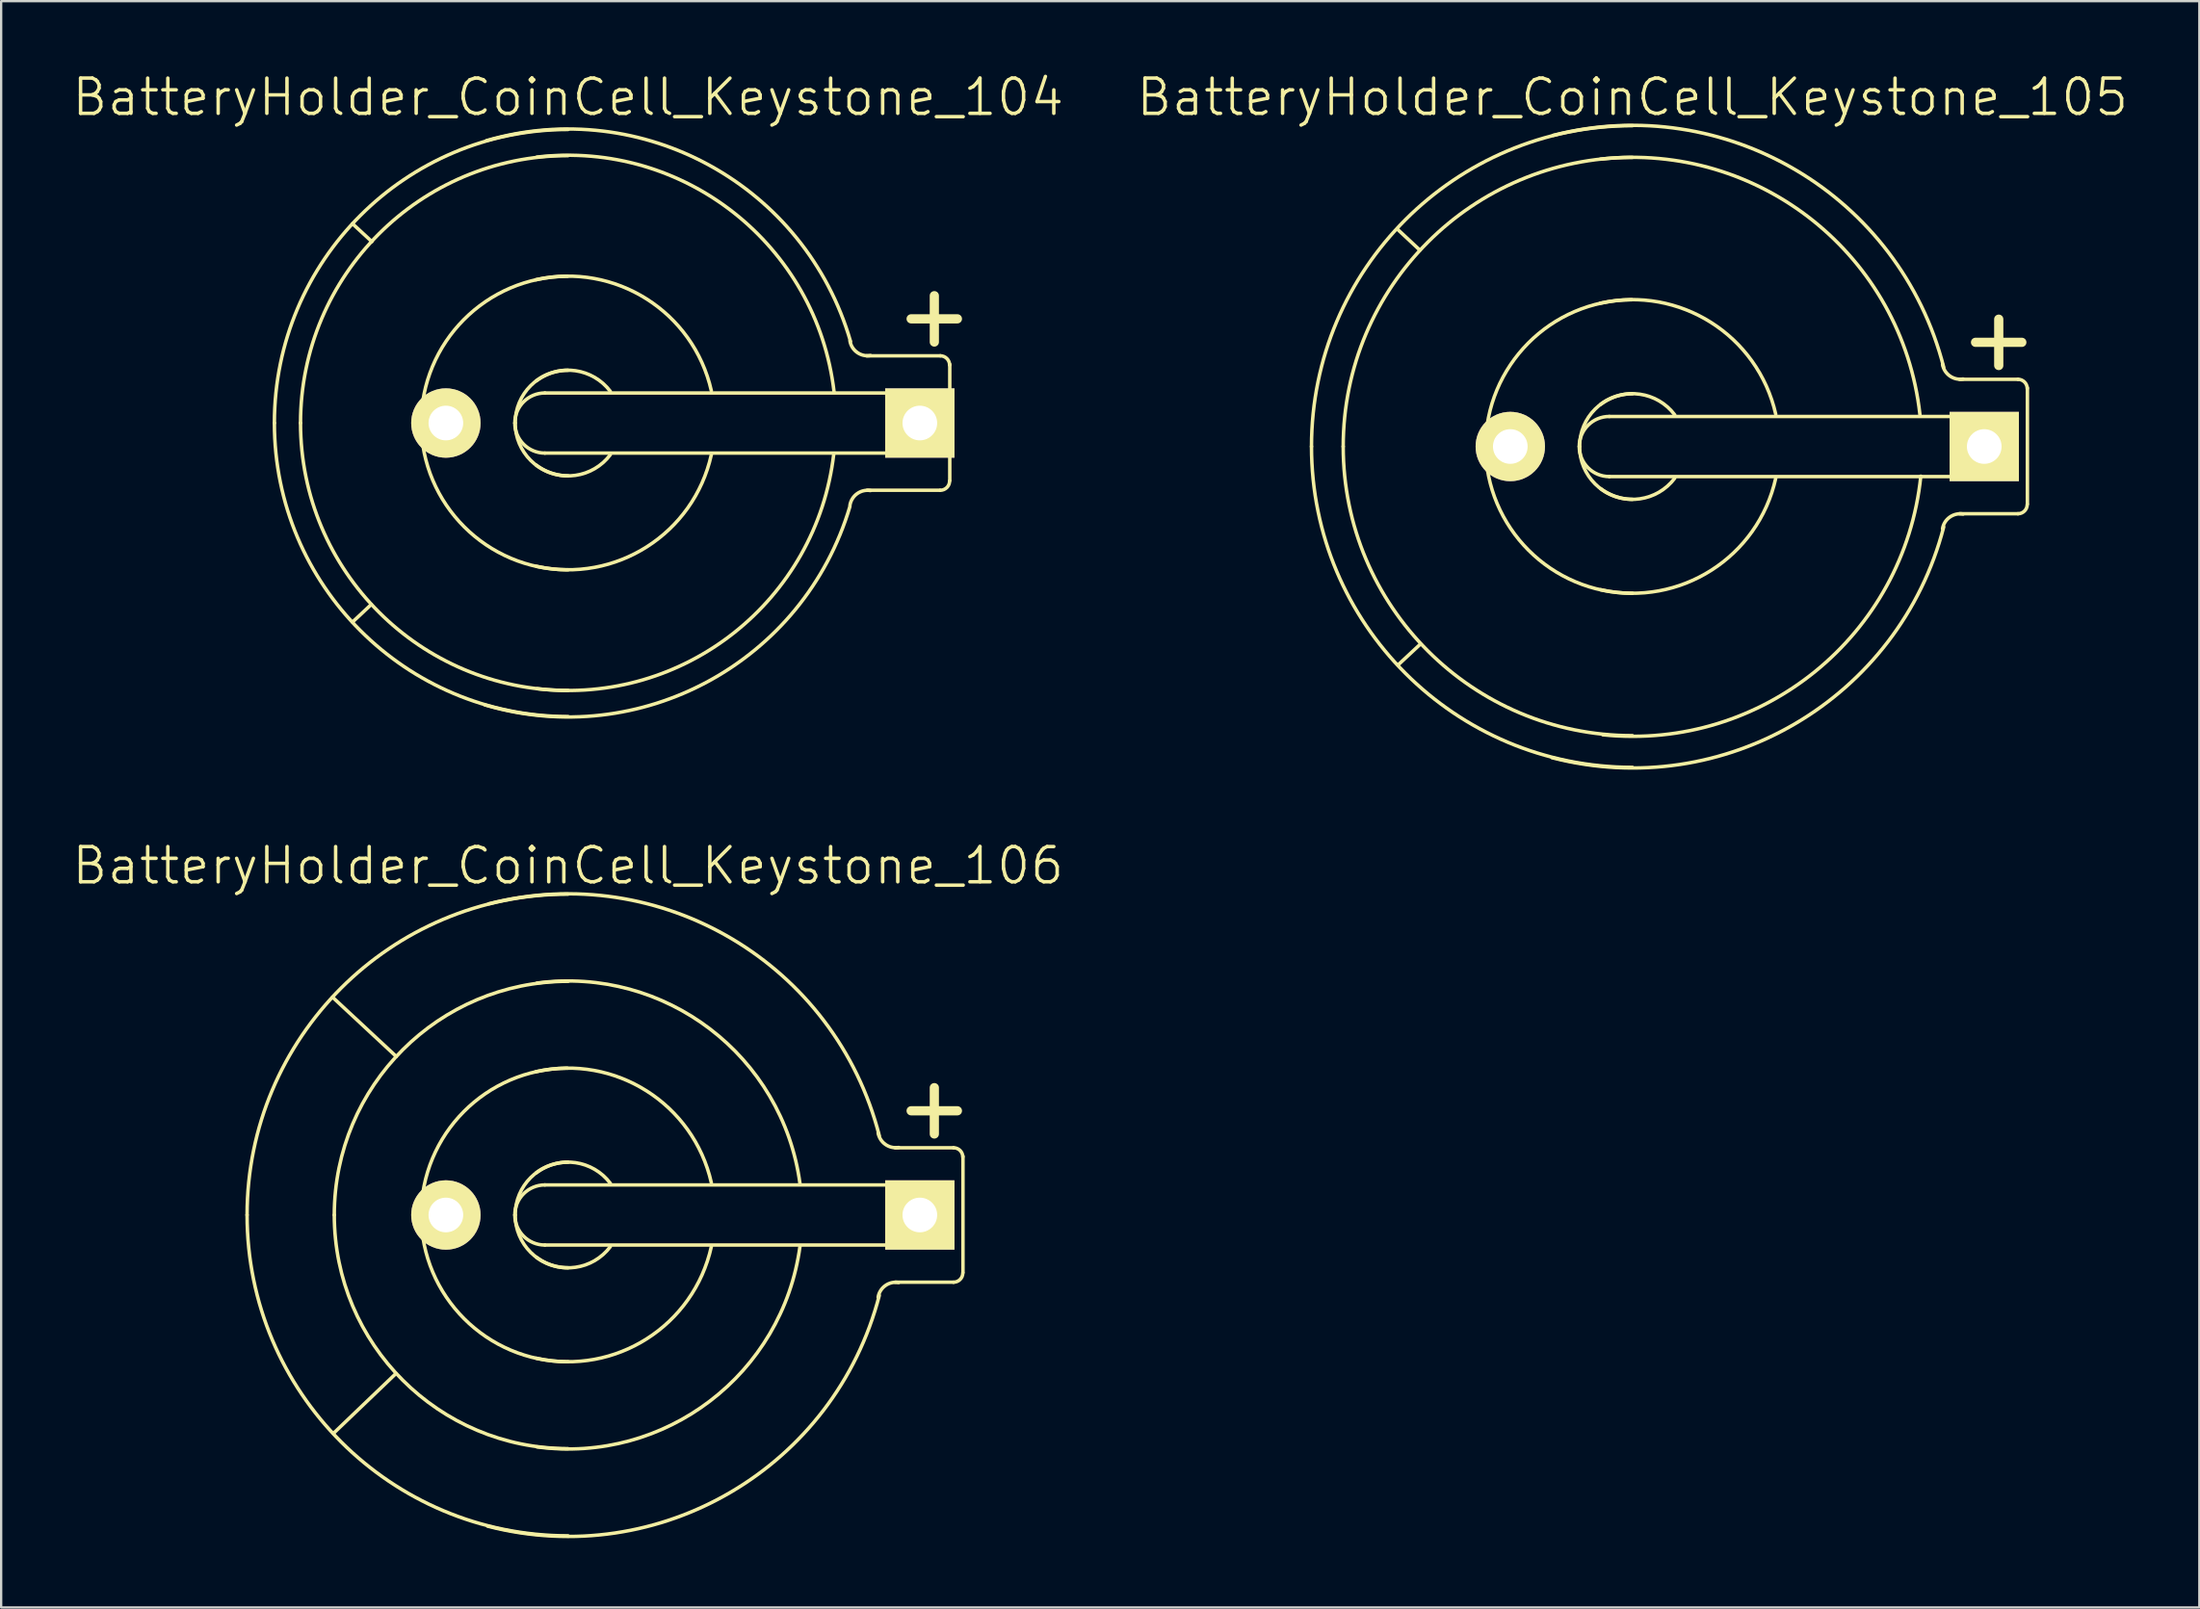
<source format=kicad_pcb>
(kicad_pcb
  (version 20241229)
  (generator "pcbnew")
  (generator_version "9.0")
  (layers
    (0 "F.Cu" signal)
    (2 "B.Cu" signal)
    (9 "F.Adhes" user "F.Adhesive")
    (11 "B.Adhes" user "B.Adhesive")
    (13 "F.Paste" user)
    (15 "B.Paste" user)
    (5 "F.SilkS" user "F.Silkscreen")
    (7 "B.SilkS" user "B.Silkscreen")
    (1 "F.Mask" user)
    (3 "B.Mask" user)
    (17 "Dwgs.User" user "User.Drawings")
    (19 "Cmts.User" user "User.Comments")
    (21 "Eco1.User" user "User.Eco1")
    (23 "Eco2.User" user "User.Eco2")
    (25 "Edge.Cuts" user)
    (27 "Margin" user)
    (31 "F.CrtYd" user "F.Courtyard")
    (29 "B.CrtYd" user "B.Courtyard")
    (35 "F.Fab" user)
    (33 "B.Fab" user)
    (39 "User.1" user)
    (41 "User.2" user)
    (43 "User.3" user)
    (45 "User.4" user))
  (footprint "BatteryHolder_CoinCell_Keystone_105"
    (layer "F.Cu")
    (at 67.552 16.268)
    (property "Reference" "BatteryHolder_CoinCell_Keystone_105" (at 0 -15.113 0) (layer "F.SilkS") (effects (font (size 1.524 1.524) (thickness 0.15))))
    (attr through_hole)
    (fp_line (start -9.195 -8.496) (end -10.16 -9.398) (stroke (width 0.15) (type solid)) (layer "F.SilkS"))
    (fp_line (start -9.169 8.547) (end -10.135 9.449) (stroke (width 0.15) (type solid)) (layer "F.SilkS"))
    (fp_line (start -1.001 -1.3) (end 15.199 -1.3) (stroke (width 0.15) (type solid)) (layer "F.SilkS"))
    (fp_line (start 14.839 -4.508) (end 16.84 -4.508) (stroke (width 0.399) (type solid)) (layer "F.SilkS"))
    (fp_line (start 15.199 1.3) (end -1.001 1.3) (stroke (width 0.15) (type solid)) (layer "F.SilkS"))
    (fp_line (start 15.207 -1.3) (end 15.207 1.3) (stroke (width 0.15) (type solid)) (layer "F.SilkS"))
    (fp_line (start 15.842 -3.505) (end 15.842 -5.509) (stroke (width 0.399) (type solid)) (layer "F.SilkS"))
    (fp_line (start 16.675 -2.908) (end 14.148 -2.908) (stroke (width 0.15) (type solid)) (layer "F.SilkS"))
    (fp_line (start 16.675 2.908) (end 14.148 2.908) (stroke (width 0.15) (type solid)) (layer "F.SilkS"))
    (fp_line (start 17.081 -2.54) (end 17.081 2.489) (stroke (width 0.15) (type solid)) (layer "F.SilkS"))
    (fp_arc (start -13.8811 0) (mid -9.81542 -9.81542) (end 0 -13.8811) (stroke (width 0.15) (type solid)) (layer "F.SilkS"))
    (fp_arc (start -12.5095 0) (mid -8.845552 -8.845552) (end 0 -12.5095) (stroke (width 0.15) (type solid)) (layer "F.SilkS"))
    (fp_arc (start -6.35 0.0254) (mid -4.508089 -4.472168) (end -0.0254 -6.35) (stroke (width 0.15) (type solid)) (layer "F.SilkS"))
    (fp_arc (start -3.429 -13.462) (mid 7.094402 -11.943741) (end 13.462 -3.429) (stroke (width 0.15) (type solid)) (layer "F.SilkS"))
    (fp_arc (start -2.30124 0) (mid -1.920338 -0.919578) (end -1.00076 -1.30048) (stroke (width 0.15) (type solid)) (layer "F.SilkS"))
    (fp_arc (start -2.286 0) (mid -1.616446 -1.616446) (end 0 -2.286) (stroke (width 0.15) (type solid)) (layer "F.SilkS"))
    (fp_arc (start -1.397 -6.1976) (mid 3.394537 -5.370193) (end 6.1976 -1.397) (stroke (width 0.15) (type solid)) (layer "F.SilkS"))
    (fp_arc (start -1.3843 -12.4333) (mid 7.812823 -9.770519) (end 12.4333 -1.3843) (stroke (width 0.15) (type solid)) (layer "F.SilkS"))
    (fp_arc (start -1.3716 -1.8288) (mid 0.323289 -2.263025) (end 1.8288 -1.3716) (stroke (width 0.15) (type solid)) (layer "F.SilkS"))
    (fp_arc (start -1.00076 1.30048) (mid -1.920338 0.919578) (end -2.30124 0) (stroke (width 0.15) (type solid)) (layer "F.SilkS"))
    (fp_arc (start 0 2.286) (mid -1.616446 1.616446) (end -2.286 0) (stroke (width 0.15) (type solid)) (layer "F.SilkS"))
    (fp_arc (start 0 6.35) (mid -4.490128 4.490128) (end -6.35 0) (stroke (width 0.15) (type solid)) (layer "F.SilkS"))
    (fp_arc (start 0 12.5095) (mid -8.845552 8.845552) (end -12.5095 0) (stroke (width 0.15) (type solid)) (layer "F.SilkS"))
    (fp_arc (start 0 13.8811) (mid -9.81542 9.81542) (end -13.8811 0) (stroke (width 0.15) (type solid)) (layer "F.SilkS"))
    (fp_arc (start 1.8288 1.3716) (mid 0.323289 2.263025) (end -1.3716 1.8288) (stroke (width 0.15) (type solid)) (layer "F.SilkS"))
    (fp_arc (start 6.1976 1.3716) (mid 3.412497 5.352233) (end -1.3716 6.1976) (stroke (width 0.15) (type solid)) (layer "F.SilkS"))
    (fp_arc (start 12.4714 1.2827) (mid 7.911606 9.725617) (end -1.2827 12.4714) (stroke (width 0.15) (type solid)) (layer "F.SilkS"))
    (fp_arc (start 13.4112 3.556) (mid 13.724187 3.054382) (end 14.3002 2.921) (stroke (width 0.15) (type solid)) (layer "F.SilkS"))
    (fp_arc (start 13.462 3.4798) (mid 7.058481 11.979662) (end -3.4798 13.462) (stroke (width 0.15) (type solid)) (layer "F.SilkS"))
    (fp_arc (start 14.3002 -2.921) (mid 13.724187 -3.054382) (end 13.4112 -3.556) (stroke (width 0.15) (type solid)) (layer "F.SilkS"))
    (fp_arc (start 16.67256 -2.9083) (mid 16.956336 -2.790756) (end 17.07388 -2.50698) (stroke (width 0.15) (type solid)) (layer "F.SilkS"))
    (fp_arc (start 17.07388 2.50698) (mid 16.956336 2.790756) (end 16.67256 2.9083) (stroke (width 0.15) (type solid)) (layer "F.SilkS"))
    (pad "1" thru_hole rect (at 15.215 0) (size 2.997 2.997) (drill 1.499) (layers "*.Cu" "*.Mask" "F.SilkS"))
    (pad "2" thru_hole circle (at -5.283 0) (size 3 3) (drill 1.499) (layers "*.Cu" "*.Mask" "F.SilkS")))
  (footprint "BatteryHolder_CoinCell_Keystone_106"
    (layer "F.Cu")
    (at 21.517 49.515)
    (property "Reference" "BatteryHolder_CoinCell_Keystone_106" (at 0 -15.113 0) (layer "F.SilkS") (effects (font (size 1.524 1.524) (thickness 0.15))))
    (attr through_hole)
    (fp_line (start -7.442 6.858) (end -10.147 9.449) (stroke (width 0.15) (type solid)) (layer "F.SilkS"))
    (fp_line (start -7.429 -6.858) (end -10.185 -9.423) (stroke (width 0.15) (type solid)) (layer "F.SilkS"))
    (fp_line (start -1.001 -1.3) (end 15.199 -1.3) (stroke (width 0.15) (type solid)) (layer "F.SilkS"))
    (fp_line (start 14.839 -4.508) (end 16.84 -4.508) (stroke (width 0.399) (type solid)) (layer "F.SilkS"))
    (fp_line (start 15.199 1.3) (end -1.001 1.3) (stroke (width 0.15) (type solid)) (layer "F.SilkS"))
    (fp_line (start 15.207 -1.3) (end 15.207 1.3) (stroke (width 0.15) (type solid)) (layer "F.SilkS"))
    (fp_line (start 15.842 -3.505) (end 15.842 -5.509) (stroke (width 0.399) (type solid)) (layer "F.SilkS"))
    (fp_line (start 16.675 -2.908) (end 14.148 -2.908) (stroke (width 0.15) (type solid)) (layer "F.SilkS"))
    (fp_line (start 16.675 2.908) (end 14.148 2.908) (stroke (width 0.15) (type solid)) (layer "F.SilkS"))
    (fp_line (start 17.081 -2.54) (end 17.081 2.489) (stroke (width 0.15) (type solid)) (layer "F.SilkS"))
    (fp_arc (start -13.8811 0) (mid -9.81542 -9.81542) (end 0 -13.8811) (stroke (width 0.15) (type solid)) (layer "F.SilkS"))
    (fp_arc (start -10.1092 0) (mid -7.148284 -7.148284) (end 0 -10.1092) (stroke (width 0.15) (type solid)) (layer "F.SilkS"))
    (fp_arc (start -6.35 0.0254) (mid -4.508089 -4.472168) (end -0.0254 -6.35) (stroke (width 0.15) (type solid)) (layer "F.SilkS"))
    (fp_arc (start -3.429 -13.462) (mid 7.094402 -11.943741) (end 13.462 -3.429) (stroke (width 0.15) (type solid)) (layer "F.SilkS"))
    (fp_arc (start -2.30124 0) (mid -1.920338 -0.919578) (end -1.00076 -1.30048) (stroke (width 0.15) (type solid)) (layer "F.SilkS"))
    (fp_arc (start -2.286 0) (mid -1.616446 -1.616446) (end 0 -2.286) (stroke (width 0.15) (type solid)) (layer "F.SilkS"))
    (fp_arc (start -1.397 -6.1976) (mid 3.394537 -5.370193) (end 6.1976 -1.397) (stroke (width 0.15) (type solid)) (layer "F.SilkS"))
    (fp_arc (start -1.3716 -1.8288) (mid 0.323289 -2.263025) (end 1.8288 -1.3716) (stroke (width 0.15) (type solid)) (layer "F.SilkS"))
    (fp_arc (start -1.3462 -10.033) (mid 6.142495 -8.046309) (end 10.033 -1.3462) (stroke (width 0.15) (type solid)) (layer "F.SilkS"))
    (fp_arc (start -1.00076 1.30048) (mid -1.920338 0.919578) (end -2.30124 0) (stroke (width 0.15) (type solid)) (layer "F.SilkS"))
    (fp_arc (start 0 2.286) (mid -1.616446 1.616446) (end -2.286 0) (stroke (width 0.15) (type solid)) (layer "F.SilkS"))
    (fp_arc (start 0 6.35) (mid -4.490128 4.490128) (end -6.35 0) (stroke (width 0.15) (type solid)) (layer "F.SilkS"))
    (fp_arc (start 0 10.1092) (mid -7.148284 7.148284) (end -10.1092 0) (stroke (width 0.15) (type solid)) (layer "F.SilkS"))
    (fp_arc (start 0 13.8811) (mid -9.81542 9.81542) (end -13.8811 0) (stroke (width 0.15) (type solid)) (layer "F.SilkS"))
    (fp_arc (start 1.8288 1.3716) (mid 0.323289 2.263025) (end -1.3716 1.8288) (stroke (width 0.15) (type solid)) (layer "F.SilkS"))
    (fp_arc (start 6.1976 1.3716) (mid 3.412497 5.352233) (end -1.3716 6.1976) (stroke (width 0.15) (type solid)) (layer "F.SilkS"))
    (fp_arc (start 10.033 1.3462) (mid 6.142495 8.046309) (end -1.3462 10.033) (stroke (width 0.15) (type solid)) (layer "F.SilkS"))
    (fp_arc (start 13.4112 3.556) (mid 13.724187 3.054382) (end 14.3002 2.921) (stroke (width 0.15) (type solid)) (layer "F.SilkS"))
    (fp_arc (start 13.462 3.4798) (mid 7.058481 11.979662) (end -3.4798 13.462) (stroke (width 0.15) (type solid)) (layer "F.SilkS"))
    (fp_arc (start 14.3002 -2.921) (mid 13.724187 -3.054382) (end 13.4112 -3.556) (stroke (width 0.15) (type solid)) (layer "F.SilkS"))
    (fp_arc (start 16.67256 -2.9083) (mid 16.956336 -2.790756) (end 17.07388 -2.50698) (stroke (width 0.15) (type solid)) (layer "F.SilkS"))
    (fp_arc (start 17.07388 2.50698) (mid 16.956336 2.790756) (end 16.67256 2.9083) (stroke (width 0.15) (type solid)) (layer "F.SilkS"))
    (pad "1" thru_hole rect (at 15.215 0) (size 2.997 2.997) (drill 1.499) (layers "*.Cu" "*.Mask" "F.SilkS"))
    (pad "2" thru_hole circle (at -5.283 0) (size 3 3) (drill 1.499) (layers "*.Cu" "*.Mask" "F.SilkS")))
  (footprint "BatteryHolder_CoinCell_Keystone_104"
    (layer "F.Cu")
    (at 21.517 15.252)
    (property "Reference" "BatteryHolder_CoinCell_Keystone_104" (at 0 -14.097 0) (layer "F.SilkS") (effects (font (size 1.524 1.524) (thickness 0.15))))
    (attr through_hole)
    (fp_line (start -8.509 7.849) (end -9.322 8.611) (stroke (width 0.15) (type solid)) (layer "F.SilkS"))
    (fp_line (start -8.484 -7.849) (end -9.322 -8.623) (stroke (width 0.15) (type solid)) (layer "F.SilkS"))
    (fp_line (start -1.001 -1.3) (end 15.199 -1.3) (stroke (width 0.15) (type solid)) (layer "F.SilkS"))
    (fp_line (start 14.839 -4.508) (end 16.84 -4.508) (stroke (width 0.399) (type solid)) (layer "F.SilkS"))
    (fp_line (start 15.199 1.3) (end -1.001 1.3) (stroke (width 0.15) (type solid)) (layer "F.SilkS"))
    (fp_line (start 15.207 -1.3) (end 15.207 1.3) (stroke (width 0.15) (type solid)) (layer "F.SilkS"))
    (fp_line (start 15.842 -3.505) (end 15.842 -5.509) (stroke (width 0.399) (type solid)) (layer "F.SilkS"))
    (fp_line (start 16.091 2.908) (end 12.941 2.908) (stroke (width 0.15) (type solid)) (layer "F.SilkS"))
    (fp_line (start 16.104 -2.908) (end 12.916 -2.908) (stroke (width 0.15) (type solid)) (layer "F.SilkS"))
    (fp_line (start 16.51 -2.54) (end 16.51 2.489) (stroke (width 0.15) (type solid)) (layer "F.SilkS"))
    (fp_arc (start -12.7 0) (mid -8.980256 -8.980256) (end 0 -12.7) (stroke (width 0.15) (type solid)) (layer "F.SilkS"))
    (fp_arc (start -11.5697 0) (mid -8.181013 -8.181013) (end 0 -11.5697) (stroke (width 0.15) (type solid)) (layer "F.SilkS"))
    (fp_arc (start -6.35 0.0254) (mid -4.508089 -4.472168) (end -0.0254 -6.35) (stroke (width 0.15) (type solid)) (layer "F.SilkS"))
    (fp_arc (start -3.5306 -12.2174) (mid 6.142495 -11.135518) (end 12.2174 -3.5306) (stroke (width 0.15) (type solid)) (layer "F.SilkS"))
    (fp_arc (start -2.30124 0) (mid -1.920338 -0.919578) (end -1.00076 -1.30048) (stroke (width 0.15) (type solid)) (layer "F.SilkS"))
    (fp_arc (start -2.286 0) (mid -1.616446 -1.616446) (end 0 -2.286) (stroke (width 0.15) (type solid)) (layer "F.SilkS"))
    (fp_arc (start -1.397 -6.1976) (mid 3.394537 -5.370193) (end 6.1976 -1.397) (stroke (width 0.15) (type solid)) (layer "F.SilkS"))
    (fp_arc (start -1.3716 -1.8288) (mid 0.323289 -2.263025) (end 1.8288 -1.3716) (stroke (width 0.15) (type solid)) (layer "F.SilkS"))
    (fp_arc (start -1.3462 -11.5062) (mid 7.184205 -9.088019) (end 11.5062 -1.3462) (stroke (width 0.15) (type solid)) (layer "F.SilkS"))
    (fp_arc (start -1.00076 1.30048) (mid -1.920338 0.919578) (end -2.30124 0) (stroke (width 0.15) (type solid)) (layer "F.SilkS"))
    (fp_arc (start 0 2.286) (mid -1.616446 1.616446) (end -2.286 0) (stroke (width 0.15) (type solid)) (layer "F.SilkS"))
    (fp_arc (start 0 6.35) (mid -4.490128 4.490128) (end -6.35 0) (stroke (width 0.15) (type solid)) (layer "F.SilkS"))
    (fp_arc (start 0 11.5697) (mid -8.181013 8.181013) (end -11.5697 0) (stroke (width 0.15) (type solid)) (layer "F.SilkS"))
    (fp_arc (start 0 12.7) (mid -8.980256 8.980256) (end -12.7 0) (stroke (width 0.15) (type solid)) (layer "F.SilkS"))
    (fp_arc (start 1.8288 1.3716) (mid 0.323289 2.263025) (end -1.3716 1.8288) (stroke (width 0.15) (type solid)) (layer "F.SilkS"))
    (fp_arc (start 6.1976 1.3716) (mid 3.412497 5.352233) (end -1.3716 6.1976) (stroke (width 0.15) (type solid)) (layer "F.SilkS"))
    (fp_arc (start 11.4935 1.3335) (mid 7.184205 9.070059) (end -1.3335 11.4935) (stroke (width 0.15) (type solid)) (layer "F.SilkS"))
    (fp_arc (start 12.192 3.556) (mid 12.504987 3.054382) (end 13.081 2.921) (stroke (width 0.15) (type solid)) (layer "F.SilkS"))
    (fp_arc (start 12.192 3.6068) (mid 6.070653 11.171439) (end -3.6068 12.192) (stroke (width 0.15) (type solid)) (layer "F.SilkS"))
    (fp_arc (start 13.081 -2.921) (mid 12.504987 -3.054382) (end 12.192 -3.556) (stroke (width 0.15) (type solid)) (layer "F.SilkS"))
    (fp_arc (start 16.10106 -2.9083) (mid 16.384836 -2.790756) (end 16.50238 -2.50698) (stroke (width 0.15) (type solid)) (layer "F.SilkS"))
    (fp_arc (start 16.50238 2.50698) (mid 16.384836 2.790756) (end 16.10106 2.9083) (stroke (width 0.15) (type solid)) (layer "F.SilkS"))
    (pad "1" thru_hole rect (at 15.215 0) (size 2.997 2.997) (drill 1.499) (layers "*.Cu" "*.Mask" "F.SilkS"))
    (pad "2" thru_hole circle (at -5.283 0) (size 3 3) (drill 1.499) (layers "*.Cu" "*.Mask" "F.SilkS")))
  (gr_rect
    (start -3 -3)
    (end 92.07 66.495)
    (stroke (width 0.1) (type default))
    (fill no)
    (layer "Edge.Cuts")))
</source>
